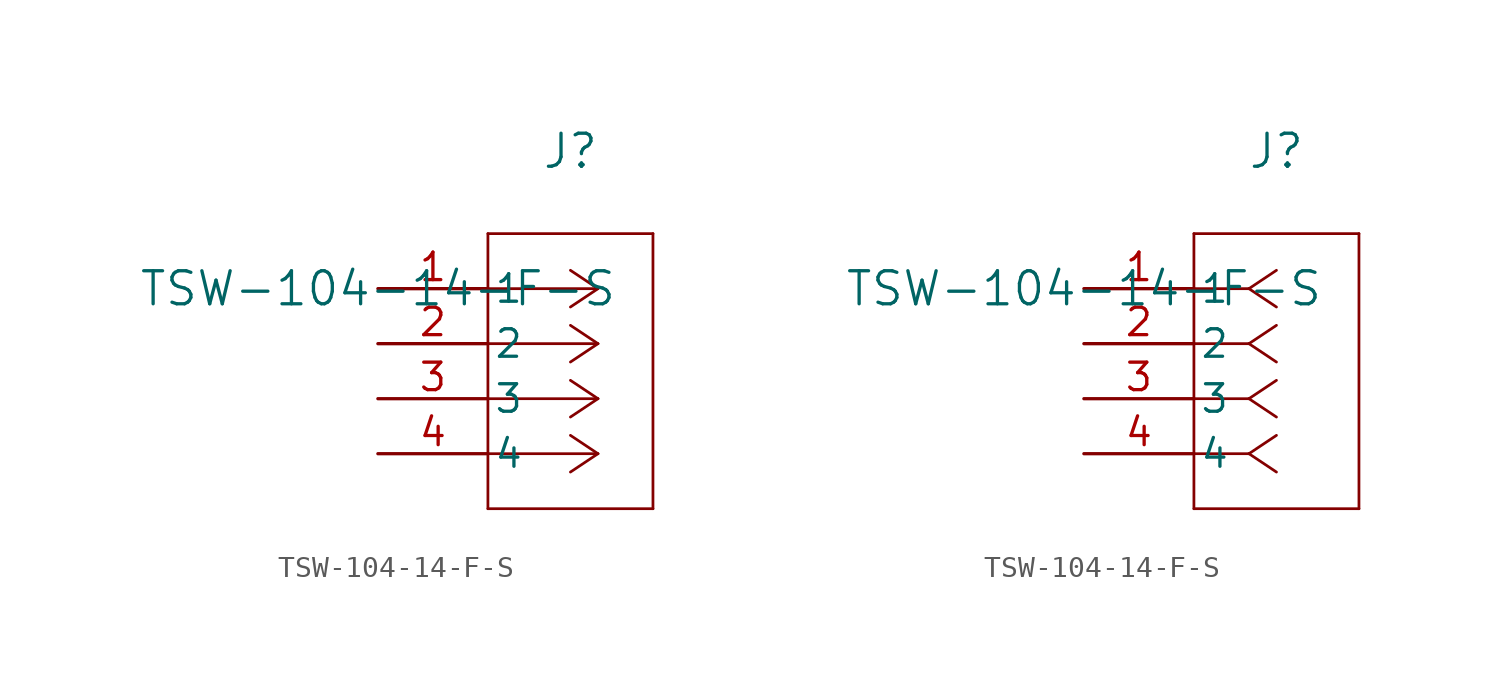
<source format=kicad_sym>
(kicad_symbol_lib
  (version 20241209)
  (generator "kicad_symbol_editor")
  (generator_version "9.0")
  (symbol "TSW-104-14-F-S"
    (pin_names
      (offset 0.254))
    (property "Reference" "J"
      (at 8.89 6.35 0)
      (effects (font (size 1.524 1.524))))
    (property "Value" "TSW-104-14-F-S"
      (at 0 0 0)
      (effects (font (size 1.524 1.524))))
    (property "ki_locked" ""
      (at 0 0 0)
      (effects (font (size 1.27 1.27))))
    (symbol "TSW-104-14-F-S_1_1"
      (polyline (pts (xy 5.08 2.54) (xy 5.08 -10.16)) (stroke (width 0.127) (type default)) (fill (type none)))
      (polyline (pts (xy 5.08 -10.16) (xy 12.7 -10.16)) (stroke (width 0.127) (type default)) (fill (type none)))
      (polyline (pts (xy 10.16 0) (xy 5.08 0)) (stroke (width 0.127) (type default)) (fill (type none)))
      (polyline (pts (xy 10.16 0) (xy 8.89 0.847)) (stroke (width 0.127) (type default)) (fill (type none)))
      (polyline (pts (xy 10.16 0) (xy 8.89 -0.847)) (stroke (width 0.127) (type default)) (fill (type none)))
      (polyline (pts (xy 10.16 -2.54) (xy 5.08 -2.54)) (stroke (width 0.127) (type default)) (fill (type none)))
      (polyline (pts (xy 10.16 -2.54) (xy 8.89 -1.693)) (stroke (width 0.127) (type default)) (fill (type none)))
      (polyline (pts (xy 10.16 -2.54) (xy 8.89 -3.387)) (stroke (width 0.127) (type default)) (fill (type none)))
      (polyline (pts (xy 10.16 -5.08) (xy 5.08 -5.08)) (stroke (width 0.127) (type default)) (fill (type none)))
      (polyline (pts (xy 10.16 -5.08) (xy 8.89 -4.233)) (stroke (width 0.127) (type default)) (fill (type none)))
      (polyline (pts (xy 10.16 -5.08) (xy 8.89 -5.927)) (stroke (width 0.127) (type default)) (fill (type none)))
      (polyline (pts (xy 10.16 -7.62) (xy 5.08 -7.62)) (stroke (width 0.127) (type default)) (fill (type none)))
      (polyline (pts (xy 10.16 -7.62) (xy 8.89 -6.773)) (stroke (width 0.127) (type default)) (fill (type none)))
      (polyline (pts (xy 10.16 -7.62) (xy 8.89 -8.467)) (stroke (width 0.127) (type default)) (fill (type none)))
      (polyline (pts (xy 12.7 2.54) (xy 5.08 2.54)) (stroke (width 0.127) (type default)) (fill (type none)))
      (polyline (pts (xy 12.7 -10.16) (xy 12.7 2.54)) (stroke (width 0.127) (type default)) (fill (type none)))
      (pin unspecified line (at 0 0 0) (length 5.08) (name "1" (effects (font (size 1.27 1.27)))) (number "1" (effects (font (size 1.27 1.27)))))
      (pin unspecified line (at 0 -2.54 0) (length 5.08) (name "2" (effects (font (size 1.27 1.27)))) (number "2" (effects (font (size 1.27 1.27)))))
      (pin unspecified line (at 0 -5.08 0) (length 5.08) (name "3" (effects (font (size 1.27 1.27)))) (number "3" (effects (font (size 1.27 1.27)))))
      (pin unspecified line (at 0 -7.62 0) (length 5.08) (name "4" (effects (font (size 1.27 1.27)))) (number "4" (effects (font (size 1.27 1.27))))))
    (symbol "TSW-104-14-F-S_1_2"
      (polyline (pts (xy 5.08 2.54) (xy 5.08 -10.16)) (stroke (width 0.127) (type default)) (fill (type none)))
      (polyline (pts (xy 5.08 -10.16) (xy 12.7 -10.16)) (stroke (width 0.127) (type default)) (fill (type none)))
      (polyline (pts (xy 7.62 0) (xy 5.08 0)) (stroke (width 0.127) (type default)) (fill (type none)))
      (polyline (pts (xy 7.62 0) (xy 8.89 0.847)) (stroke (width 0.127) (type default)) (fill (type none)))
      (polyline (pts (xy 7.62 0) (xy 8.89 -0.847)) (stroke (width 0.127) (type default)) (fill (type none)))
      (polyline (pts (xy 7.62 -2.54) (xy 5.08 -2.54)) (stroke (width 0.127) (type default)) (fill (type none)))
      (polyline (pts (xy 7.62 -2.54) (xy 8.89 -1.693)) (stroke (width 0.127) (type default)) (fill (type none)))
      (polyline (pts (xy 7.62 -2.54) (xy 8.89 -3.387)) (stroke (width 0.127) (type default)) (fill (type none)))
      (polyline (pts (xy 7.62 -5.08) (xy 5.08 -5.08)) (stroke (width 0.127) (type default)) (fill (type none)))
      (polyline (pts (xy 7.62 -5.08) (xy 8.89 -4.233)) (stroke (width 0.127) (type default)) (fill (type none)))
      (polyline (pts (xy 7.62 -5.08) (xy 8.89 -5.927)) (stroke (width 0.127) (type default)) (fill (type none)))
      (polyline (pts (xy 7.62 -7.62) (xy 5.08 -7.62)) (stroke (width 0.127) (type default)) (fill (type none)))
      (polyline (pts (xy 7.62 -7.62) (xy 8.89 -6.773)) (stroke (width 0.127) (type default)) (fill (type none)))
      (polyline (pts (xy 7.62 -7.62) (xy 8.89 -8.467)) (stroke (width 0.127) (type default)) (fill (type none)))
      (polyline (pts (xy 12.7 2.54) (xy 5.08 2.54)) (stroke (width 0.127) (type default)) (fill (type none)))
      (polyline (pts (xy 12.7 -10.16) (xy 12.7 2.54)) (stroke (width 0.127) (type default)) (fill (type none)))
      (pin unspecified line (at 0 0 0) (length 5.08) (name "1" (effects (font (size 1.27 1.27)))) (number "1" (effects (font (size 1.27 1.27)))))
      (pin unspecified line (at 0 -2.54 0) (length 5.08) (name "2" (effects (font (size 1.27 1.27)))) (number "2" (effects (font (size 1.27 1.27)))))
      (pin unspecified line (at 0 -5.08 0) (length 5.08) (name "3" (effects (font (size 1.27 1.27)))) (number "3" (effects (font (size 1.27 1.27)))))
      (pin unspecified line (at 0 -7.62 0) (length 5.08) (name "4" (effects (font (size 1.27 1.27)))) (number "4" (effects (font (size 1.27 1.27))))))))
</source>
